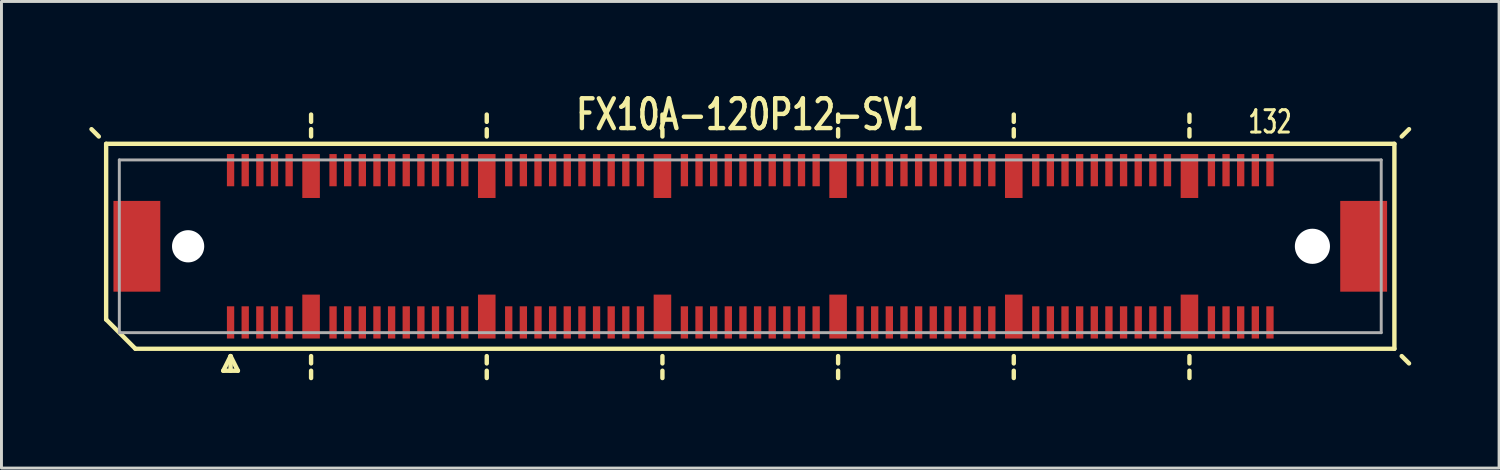
<source format=kicad_pcb>
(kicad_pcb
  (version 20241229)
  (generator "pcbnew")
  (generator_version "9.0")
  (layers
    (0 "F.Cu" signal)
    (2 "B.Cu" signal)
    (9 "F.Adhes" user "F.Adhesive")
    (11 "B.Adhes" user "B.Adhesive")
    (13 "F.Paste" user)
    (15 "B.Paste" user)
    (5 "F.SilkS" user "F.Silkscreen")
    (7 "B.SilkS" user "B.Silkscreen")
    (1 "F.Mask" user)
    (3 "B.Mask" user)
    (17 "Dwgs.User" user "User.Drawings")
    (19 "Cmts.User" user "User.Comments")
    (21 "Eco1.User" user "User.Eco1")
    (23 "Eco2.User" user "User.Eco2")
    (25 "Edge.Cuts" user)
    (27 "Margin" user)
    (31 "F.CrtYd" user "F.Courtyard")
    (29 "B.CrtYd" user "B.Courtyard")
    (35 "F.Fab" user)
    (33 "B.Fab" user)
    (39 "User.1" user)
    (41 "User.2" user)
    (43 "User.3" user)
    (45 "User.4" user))
  (footprint "FX10A-120P12-SV1"
    (layer "F.Cu")
    (at 22.575 5.362)
    (property "Reference" "FX10A-120P12-SV1" (at 0 -4.5 0) (layer "F.SilkS") (effects (font (size 1.016 0.762) (thickness 0.152))))
    (attr through_hole)
    (fp_line (start -22.25 -3.75) (end -22.5 -4) (stroke (width 0.15) (type solid)) (layer "F.SilkS"))
    (fp_line (start -22 -3.5) (end 22 -3.5) (stroke (width 0.15) (type solid)) (layer "F.SilkS"))
    (fp_line (start -22 2.5) (end -22 -3.5) (stroke (width 0.15) (type solid)) (layer "F.SilkS"))
    (fp_line (start -21 3.5) (end -22 2.5) (stroke (width 0.15) (type solid)) (layer "F.SilkS"))
    (fp_line (start -18 4.25) (end -17.5 4.25) (stroke (width 0.15) (type solid)) (layer "F.SilkS"))
    (fp_line (start -17.75 3.75) (end -18 4.25) (stroke (width 0.15) (type solid)) (layer "F.SilkS"))
    (fp_line (start -17.75 3.75) (end -17.75 4.25) (stroke (width 0.15) (type solid)) (layer "F.SilkS"))
    (fp_line (start -17.5 4.25) (end -17.75 3.75) (stroke (width 0.15) (type solid)) (layer "F.SilkS"))
    (fp_line (start -15 -4.25) (end -15 -4.5) (stroke (width 0.15) (type solid)) (layer "F.SilkS"))
    (fp_line (start -15 -3.75) (end -15 -4) (stroke (width 0.15) (type solid)) (layer "F.SilkS"))
    (fp_line (start -15 3.75) (end -15 4) (stroke (width 0.15) (type solid)) (layer "F.SilkS"))
    (fp_line (start -15 4.25) (end -15 4.5) (stroke (width 0.15) (type solid)) (layer "F.SilkS"))
    (fp_line (start -9 -4.25) (end -9 -4.5) (stroke (width 0.15) (type solid)) (layer "F.SilkS"))
    (fp_line (start -9 -3.75) (end -9 -4) (stroke (width 0.15) (type solid)) (layer "F.SilkS"))
    (fp_line (start -9 3.75) (end -9 4) (stroke (width 0.15) (type solid)) (layer "F.SilkS"))
    (fp_line (start -9 4.25) (end -9 4.5) (stroke (width 0.15) (type solid)) (layer "F.SilkS"))
    (fp_line (start -3 -4.25) (end -3 -4.5) (stroke (width 0.15) (type solid)) (layer "F.SilkS"))
    (fp_line (start -3 -3.75) (end -3 -4) (stroke (width 0.15) (type solid)) (layer "F.SilkS"))
    (fp_line (start -3 3.75) (end -3 4) (stroke (width 0.15) (type solid)) (layer "F.SilkS"))
    (fp_line (start -3 4.25) (end -3 4.5) (stroke (width 0.15) (type solid)) (layer "F.SilkS"))
    (fp_line (start 3 -4.25) (end 3 -4.5) (stroke (width 0.15) (type solid)) (layer "F.SilkS"))
    (fp_line (start 3 -3.75) (end 3 -4) (stroke (width 0.15) (type solid)) (layer "F.SilkS"))
    (fp_line (start 3 3.75) (end 3 4) (stroke (width 0.15) (type solid)) (layer "F.SilkS"))
    (fp_line (start 3 4.25) (end 3 4.5) (stroke (width 0.15) (type solid)) (layer "F.SilkS"))
    (fp_line (start 9 -4.25) (end 9 -4.5) (stroke (width 0.15) (type solid)) (layer "F.SilkS"))
    (fp_line (start 9 -3.75) (end 9 -4) (stroke (width 0.15) (type solid)) (layer "F.SilkS"))
    (fp_line (start 9 3.75) (end 9 4) (stroke (width 0.15) (type solid)) (layer "F.SilkS"))
    (fp_line (start 9 4.25) (end 9 4.5) (stroke (width 0.15) (type solid)) (layer "F.SilkS"))
    (fp_line (start 15 -4.25) (end 15 -4.5) (stroke (width 0.15) (type solid)) (layer "F.SilkS"))
    (fp_line (start 15 -3.75) (end 15 -4) (stroke (width 0.15) (type solid)) (layer "F.SilkS"))
    (fp_line (start 15 3.75) (end 15 4) (stroke (width 0.15) (type solid)) (layer "F.SilkS"))
    (fp_line (start 15 4.25) (end 15 4.5) (stroke (width 0.15) (type solid)) (layer "F.SilkS"))
    (fp_line (start 22 -3.5) (end 22 3.5) (stroke (width 0.15) (type solid)) (layer "F.SilkS"))
    (fp_line (start 22 3.5) (end -21 3.5) (stroke (width 0.15) (type solid)) (layer "F.SilkS"))
    (fp_line (start 22.25 -3.75) (end 22.5 -4) (stroke (width 0.15) (type solid)) (layer "F.SilkS"))
    (fp_line (start 22.25 3.75) (end 22.5 4) (stroke (width 0.15) (type solid)) (layer "F.SilkS"))
    (fp_line (start -21.55 -2.95) (end 21.55 -2.95) (stroke (width 0.1) (type solid)) (layer "F.Fab"))
    (fp_line (start -21.55 2.95) (end -21.55 -2.95) (stroke (width 0.1) (type solid)) (layer "F.Fab"))
    (fp_line (start 21.55 -2.95) (end 21.55 2.95) (stroke (width 0.1) (type solid)) (layer "F.Fab"))
    (fp_line (start 21.55 2.95) (end -21.55 2.95) (stroke (width 0.1) (type solid)) (layer "F.Fab"))
    (fp_text user "132" (at 17.75 -4.25 0) (layer "F.SilkS") (effects (font (size 0.762 0.508) (thickness 0.102))))
    (pad "" smd rect (at -20.95 0) (size 1.6 3.1) (layers "F.Cu" "F.Mask" "F.Paste"))
    (pad "" np_thru_hole circle (at -19.2 0) (size 1.1 1.1) (drill 1.1) (layers "*.Cu" "*.Mask"))
    (pad "" np_thru_hole circle (at 19.2 0) (size 1.2 1.2) (drill 1.2) (layers "*.Cu" "*.Mask"))
    (pad "" smd rect (at 20.95 0) (size 1.6 3.1) (layers "F.Cu" "F.Mask" "F.Paste"))
    (pad "1" smd rect (at -17.75 2.6) (size 0.25 1.1) (layers "F.Cu" "F.Mask" "F.Paste"))
    (pad "2" smd rect (at -17.75 -2.6) (size 0.25 1.1) (layers "F.Cu" "F.Mask" "F.Paste"))
    (pad "3" smd rect (at -17.25 2.6) (size 0.25 1.1) (layers "F.Cu" "F.Mask" "F.Paste"))
    (pad "4" smd rect (at -17.25 -2.6) (size 0.25 1.1) (layers "F.Cu" "F.Mask" "F.Paste"))
    (pad "5" smd rect (at -16.75 2.6) (size 0.25 1.1) (layers "F.Cu" "F.Mask" "F.Paste"))
    (pad "6" smd rect (at -16.75 -2.6) (size 0.25 1.1) (layers "F.Cu" "F.Mask" "F.Paste"))
    (pad "7" smd rect (at -16.25 2.6) (size 0.25 1.1) (layers "F.Cu" "F.Mask" "F.Paste"))
    (pad "8" smd rect (at -16.25 -2.6) (size 0.25 1.1) (layers "F.Cu" "F.Mask" "F.Paste"))
    (pad "9" smd rect (at -15.75 2.6) (size 0.25 1.1) (layers "F.Cu" "F.Mask" "F.Paste"))
    (pad "10" smd rect (at -15.75 -2.6) (size 0.25 1.1) (layers "F.Cu" "F.Mask" "F.Paste"))
    (pad "11" smd rect (at -15 2.4) (size 0.6 1.5) (layers "F.Cu" "F.Mask" "F.Paste"))
    (pad "12" smd rect (at -15 -2.4) (size 0.6 1.5) (layers "F.Cu" "F.Mask" "F.Paste"))
    (pad "13" smd rect (at -14.25 2.6) (size 0.25 1.1) (layers "F.Cu" "F.Mask" "F.Paste"))
    (pad "14" smd rect (at -14.25 -2.6) (size 0.25 1.1) (layers "F.Cu" "F.Mask" "F.Paste"))
    (pad "15" smd rect (at -13.75 2.6) (size 0.25 1.1) (layers "F.Cu" "F.Mask" "F.Paste"))
    (pad "16" smd rect (at -13.75 -2.6) (size 0.25 1.1) (layers "F.Cu" "F.Mask" "F.Paste"))
    (pad "17" smd rect (at -13.25 2.6) (size 0.25 1.1) (layers "F.Cu" "F.Mask" "F.Paste"))
    (pad "18" smd rect (at -13.25 -2.6) (size 0.25 1.1) (layers "F.Cu" "F.Mask" "F.Paste"))
    (pad "19" smd rect (at -12.75 2.6) (size 0.25 1.1) (layers "F.Cu" "F.Mask" "F.Paste"))
    (pad "20" smd rect (at -12.75 -2.6) (size 0.25 1.1) (layers "F.Cu" "F.Mask" "F.Paste"))
    (pad "21" smd rect (at -12.25 2.6) (size 0.25 1.1) (layers "F.Cu" "F.Mask" "F.Paste"))
    (pad "22" smd rect (at -12.25 -2.6) (size 0.25 1.1) (layers "F.Cu" "F.Mask" "F.Paste"))
    (pad "23" smd rect (at -11.75 2.6) (size 0.25 1.1) (layers "F.Cu" "F.Mask" "F.Paste"))
    (pad "24" smd rect (at -11.75 -2.6) (size 0.25 1.1) (layers "F.Cu" "F.Mask" "F.Paste"))
    (pad "25" smd rect (at -11.25 2.6) (size 0.25 1.1) (layers "F.Cu" "F.Mask" "F.Paste"))
    (pad "26" smd rect (at -11.25 -2.6) (size 0.25 1.1) (layers "F.Cu" "F.Mask" "F.Paste"))
    (pad "27" smd rect (at -10.75 2.6) (size 0.25 1.1) (layers "F.Cu" "F.Mask" "F.Paste"))
    (pad "28" smd rect (at -10.75 -2.6) (size 0.25 1.1) (layers "F.Cu" "F.Mask" "F.Paste"))
    (pad "29" smd rect (at -10.25 2.6) (size 0.25 1.1) (layers "F.Cu" "F.Mask" "F.Paste"))
    (pad "30" smd rect (at -10.25 -2.6) (size 0.25 1.1) (layers "F.Cu" "F.Mask" "F.Paste"))
    (pad "31" smd rect (at -9.75 2.6) (size 0.25 1.1) (layers "F.Cu" "F.Mask" "F.Paste"))
    (pad "32" smd rect (at -9.75 -2.6) (size 0.25 1.1) (layers "F.Cu" "F.Mask" "F.Paste"))
    (pad "33" smd rect (at -9 2.4) (size 0.6 1.5) (layers "F.Cu" "F.Mask" "F.Paste"))
    (pad "34" smd rect (at -9 -2.4) (size 0.6 1.5) (layers "F.Cu" "F.Mask" "F.Paste"))
    (pad "35" smd rect (at -8.25 2.6) (size 0.25 1.1) (layers "F.Cu" "F.Mask" "F.Paste"))
    (pad "36" smd rect (at -8.25 -2.6) (size 0.25 1.1) (layers "F.Cu" "F.Mask" "F.Paste"))
    (pad "37" smd rect (at -7.75 2.6) (size 0.25 1.1) (layers "F.Cu" "F.Mask" "F.Paste"))
    (pad "38" smd rect (at -7.75 -2.6) (size 0.25 1.1) (layers "F.Cu" "F.Mask" "F.Paste"))
    (pad "39" smd rect (at -7.25 2.6) (size 0.25 1.1) (layers "F.Cu" "F.Mask" "F.Paste"))
    (pad "40" smd rect (at -7.25 -2.6) (size 0.25 1.1) (layers "F.Cu" "F.Mask" "F.Paste"))
    (pad "41" smd rect (at -6.75 2.6) (size 0.25 1.1) (layers "F.Cu" "F.Mask" "F.Paste"))
    (pad "42" smd rect (at -6.75 -2.6) (size 0.25 1.1) (layers "F.Cu" "F.Mask" "F.Paste"))
    (pad "43" smd rect (at -6.25 2.6) (size 0.25 1.1) (layers "F.Cu" "F.Mask" "F.Paste"))
    (pad "44" smd rect (at -6.25 -2.6) (size 0.25 1.1) (layers "F.Cu" "F.Mask" "F.Paste"))
    (pad "45" smd rect (at -5.75 2.6) (size 0.25 1.1) (layers "F.Cu" "F.Mask" "F.Paste"))
    (pad "46" smd rect (at -5.75 -2.6) (size 0.25 1.1) (layers "F.Cu" "F.Mask" "F.Paste"))
    (pad "47" smd rect (at -5.25 2.6) (size 0.25 1.1) (layers "F.Cu" "F.Mask" "F.Paste"))
    (pad "48" smd rect (at -5.25 -2.6) (size 0.25 1.1) (layers "F.Cu" "F.Mask" "F.Paste"))
    (pad "49" smd rect (at -4.75 2.6) (size 0.25 1.1) (layers "F.Cu" "F.Mask" "F.Paste"))
    (pad "50" smd rect (at -4.75 -2.6) (size 0.25 1.1) (layers "F.Cu" "F.Mask" "F.Paste"))
    (pad "51" smd rect (at -4.25 2.6) (size 0.25 1.1) (layers "F.Cu" "F.Mask" "F.Paste"))
    (pad "52" smd rect (at -4.25 -2.6) (size 0.25 1.1) (layers "F.Cu" "F.Mask" "F.Paste"))
    (pad "53" smd rect (at -3.75 2.6) (size 0.25 1.1) (layers "F.Cu" "F.Mask" "F.Paste"))
    (pad "54" smd rect (at -3.75 -2.6) (size 0.25 1.1) (layers "F.Cu" "F.Mask" "F.Paste"))
    (pad "55" smd rect (at -3 2.4) (size 0.6 1.5) (layers "F.Cu" "F.Mask" "F.Paste"))
    (pad "56" smd rect (at -3 -2.4) (size 0.6 1.5) (layers "F.Cu" "F.Mask" "F.Paste"))
    (pad "57" smd rect (at -2.25 2.6) (size 0.25 1.1) (layers "F.Cu" "F.Mask" "F.Paste"))
    (pad "58" smd rect (at -2.25 -2.6) (size 0.25 1.1) (layers "F.Cu" "F.Mask" "F.Paste"))
    (pad "59" smd rect (at -1.75 2.6) (size 0.25 1.1) (layers "F.Cu" "F.Mask" "F.Paste"))
    (pad "60" smd rect (at -1.75 -2.6) (size 0.25 1.1) (layers "F.Cu" "F.Mask" "F.Paste"))
    (pad "61" smd rect (at -1.25 2.6) (size 0.25 1.1) (layers "F.Cu" "F.Mask" "F.Paste"))
    (pad "62" smd rect (at -1.25 -2.6) (size 0.25 1.1) (layers "F.Cu" "F.Mask" "F.Paste"))
    (pad "63" smd rect (at -0.75 2.6) (size 0.25 1.1) (layers "F.Cu" "F.Mask" "F.Paste"))
    (pad "64" smd rect (at -0.75 -2.6) (size 0.25 1.1) (layers "F.Cu" "F.Mask" "F.Paste"))
    (pad "65" smd rect (at -0.25 2.6) (size 0.25 1.1) (layers "F.Cu" "F.Mask" "F.Paste"))
    (pad "66" smd rect (at -0.25 -2.6) (size 0.25 1.1) (layers "F.Cu" "F.Mask" "F.Paste"))
    (pad "67" smd rect (at 0.25 2.6) (size 0.25 1.1) (layers "F.Cu" "F.Mask" "F.Paste"))
    (pad "68" smd rect (at 0.25 -2.6) (size 0.25 1.1) (layers "F.Cu" "F.Mask" "F.Paste"))
    (pad "69" smd rect (at 0.75 2.6) (size 0.25 1.1) (layers "F.Cu" "F.Mask" "F.Paste"))
    (pad "70" smd rect (at 0.75 -2.6) (size 0.25 1.1) (layers "F.Cu" "F.Mask" "F.Paste"))
    (pad "71" smd rect (at 1.25 2.6) (size 0.25 1.1) (layers "F.Cu" "F.Mask" "F.Paste"))
    (pad "72" smd rect (at 1.25 -2.6) (size 0.25 1.1) (layers "F.Cu" "F.Mask" "F.Paste"))
    (pad "73" smd rect (at 1.75 2.6) (size 0.25 1.1) (layers "F.Cu" "F.Mask" "F.Paste"))
    (pad "74" smd rect (at 1.75 -2.6) (size 0.25 1.1) (layers "F.Cu" "F.Mask" "F.Paste"))
    (pad "75" smd rect (at 2.25 2.6) (size 0.25 1.1) (layers "F.Cu" "F.Mask" "F.Paste"))
    (pad "76" smd rect (at 2.25 -2.6) (size 0.25 1.1) (layers "F.Cu" "F.Mask" "F.Paste"))
    (pad "77" smd rect (at 3 2.4) (size 0.6 1.5) (layers "F.Cu" "F.Mask" "F.Paste"))
    (pad "78" smd rect (at 3 -2.4) (size 0.6 1.5) (layers "F.Cu" "F.Mask" "F.Paste"))
    (pad "79" smd rect (at 3.75 2.6) (size 0.25 1.1) (layers "F.Cu" "F.Mask" "F.Paste"))
    (pad "80" smd rect (at 3.75 -2.6) (size 0.25 1.1) (layers "F.Cu" "F.Mask" "F.Paste"))
    (pad "81" smd rect (at 4.25 2.6) (size 0.25 1.1) (layers "F.Cu" "F.Mask" "F.Paste"))
    (pad "82" smd rect (at 4.25 -2.6) (size 0.25 1.1) (layers "F.Cu" "F.Mask" "F.Paste"))
    (pad "83" smd rect (at 4.75 2.6) (size 0.25 1.1) (layers "F.Cu" "F.Mask" "F.Paste"))
    (pad "84" smd rect (at 4.75 -2.6) (size 0.25 1.1) (layers "F.Cu" "F.Mask" "F.Paste"))
    (pad "85" smd rect (at 5.25 2.6) (size 0.25 1.1) (layers "F.Cu" "F.Mask" "F.Paste"))
    (pad "86" smd rect (at 5.25 -2.6) (size 0.25 1.1) (layers "F.Cu" "F.Mask" "F.Paste"))
    (pad "87" smd rect (at 5.75 2.6) (size 0.25 1.1) (layers "F.Cu" "F.Mask" "F.Paste"))
    (pad "88" smd rect (at 5.75 -2.6) (size 0.25 1.1) (layers "F.Cu" "F.Mask" "F.Paste"))
    (pad "89" smd rect (at 6.25 2.6) (size 0.25 1.1) (layers "F.Cu" "F.Mask" "F.Paste"))
    (pad "90" smd rect (at 6.25 -2.6) (size 0.25 1.1) (layers "F.Cu" "F.Mask" "F.Paste"))
    (pad "91" smd rect (at 6.75 2.6) (size 0.25 1.1) (layers "F.Cu" "F.Mask" "F.Paste"))
    (pad "92" smd rect (at 6.75 -2.6) (size 0.25 1.1) (layers "F.Cu" "F.Mask" "F.Paste"))
    (pad "93" smd rect (at 7.25 2.6) (size 0.25 1.1) (layers "F.Cu" "F.Mask" "F.Paste"))
    (pad "94" smd rect (at 7.25 -2.6) (size 0.25 1.1) (layers "F.Cu" "F.Mask" "F.Paste"))
    (pad "95" smd rect (at 7.75 2.6) (size 0.25 1.1) (layers "F.Cu" "F.Mask" "F.Paste"))
    (pad "96" smd rect (at 7.75 -2.6) (size 0.25 1.1) (layers "F.Cu" "F.Mask" "F.Paste"))
    (pad "97" smd rect (at 8.25 2.6) (size 0.25 1.1) (layers "F.Cu" "F.Mask" "F.Paste"))
    (pad "98" smd rect (at 8.25 -2.6) (size 0.25 1.1) (layers "F.Cu" "F.Mask" "F.Paste"))
    (pad "99" smd rect (at 9 2.4) (size 0.6 1.5) (layers "F.Cu" "F.Mask" "F.Paste"))
    (pad "100" smd rect (at 9 -2.4) (size 0.6 1.5) (layers "F.Cu" "F.Mask" "F.Paste"))
    (pad "101" smd rect (at 9.75 2.6) (size 0.25 1.1) (layers "F.Cu" "F.Mask" "F.Paste"))
    (pad "102" smd rect (at 9.75 -2.6) (size 0.25 1.1) (layers "F.Cu" "F.Mask" "F.Paste"))
    (pad "103" smd rect (at 10.25 2.6) (size 0.25 1.1) (layers "F.Cu" "F.Mask" "F.Paste"))
    (pad "104" smd rect (at 10.25 -2.6) (size 0.25 1.1) (layers "F.Cu" "F.Mask" "F.Paste"))
    (pad "105" smd rect (at 10.75 2.6) (size 0.25 1.1) (layers "F.Cu" "F.Mask" "F.Paste"))
    (pad "106" smd rect (at 10.75 -2.6) (size 0.25 1.1) (layers "F.Cu" "F.Mask" "F.Paste"))
    (pad "107" smd rect (at 11.25 2.6) (size 0.25 1.1) (layers "F.Cu" "F.Mask" "F.Paste"))
    (pad "108" smd rect (at 11.25 -2.6) (size 0.25 1.1) (layers "F.Cu" "F.Mask" "F.Paste"))
    (pad "109" smd rect (at 11.75 2.6) (size 0.25 1.1) (layers "F.Cu" "F.Mask" "F.Paste"))
    (pad "110" smd rect (at 11.75 -2.6) (size 0.25 1.1) (layers "F.Cu" "F.Mask" "F.Paste"))
    (pad "111" smd rect (at 12.25 2.6) (size 0.25 1.1) (layers "F.Cu" "F.Mask" "F.Paste"))
    (pad "112" smd rect (at 12.25 -2.6) (size 0.25 1.1) (layers "F.Cu" "F.Mask" "F.Paste"))
    (pad "113" smd rect (at 12.75 2.6) (size 0.25 1.1) (layers "F.Cu" "F.Mask" "F.Paste"))
    (pad "114" smd rect (at 12.75 -2.6) (size 0.25 1.1) (layers "F.Cu" "F.Mask" "F.Paste"))
    (pad "115" smd rect (at 13.25 2.6) (size 0.25 1.1) (layers "F.Cu" "F.Mask" "F.Paste"))
    (pad "116" smd rect (at 13.25 -2.6) (size 0.25 1.1) (layers "F.Cu" "F.Mask" "F.Paste"))
    (pad "117" smd rect (at 13.75 2.6) (size 0.25 1.1) (layers "F.Cu" "F.Mask" "F.Paste"))
    (pad "118" smd rect (at 13.75 -2.6) (size 0.25 1.1) (layers "F.Cu" "F.Mask" "F.Paste"))
    (pad "119" smd rect (at 14.25 2.6) (size 0.25 1.1) (layers "F.Cu" "F.Mask" "F.Paste"))
    (pad "120" smd rect (at 14.25 -2.6) (size 0.25 1.1) (layers "F.Cu" "F.Mask" "F.Paste"))
    (pad "121" smd rect (at 15 2.4) (size 0.6 1.5) (layers "F.Cu" "F.Mask" "F.Paste"))
    (pad "122" smd rect (at 15 -2.4) (size 0.6 1.5) (layers "F.Cu" "F.Mask" "F.Paste"))
    (pad "123" smd rect (at 15.75 2.6) (size 0.25 1.1) (layers "F.Cu" "F.Mask" "F.Paste"))
    (pad "124" smd rect (at 15.75 -2.6) (size 0.25 1.1) (layers "F.Cu" "F.Mask" "F.Paste"))
    (pad "125" smd rect (at 16.25 2.6) (size 0.25 1.1) (layers "F.Cu" "F.Mask" "F.Paste"))
    (pad "126" smd rect (at 16.25 -2.6) (size 0.25 1.1) (layers "F.Cu" "F.Mask" "F.Paste"))
    (pad "127" smd rect (at 16.75 2.6) (size 0.25 1.1) (layers "F.Cu" "F.Mask" "F.Paste"))
    (pad "128" smd rect (at 16.75 -2.6) (size 0.25 1.1) (layers "F.Cu" "F.Mask" "F.Paste"))
    (pad "129" smd rect (at 17.25 2.6) (size 0.25 1.1) (layers "F.Cu" "F.Mask" "F.Paste"))
    (pad "130" smd rect (at 17.25 -2.6) (size 0.25 1.1) (layers "F.Cu" "F.Mask" "F.Paste"))
    (pad "131" smd rect (at 17.75 2.6) (size 0.25 1.1) (layers "F.Cu" "F.Mask" "F.Paste"))
    (pad "132" smd rect (at 17.75 -2.6) (size 0.25 1.1) (layers "F.Cu" "F.Mask" "F.Paste")))
  (gr_rect
    (start -3 -3)
    (end 48.15 12.937)
    (stroke (width 0.1) (type default))
    (fill no)
    (layer "Edge.Cuts")))
</source>
